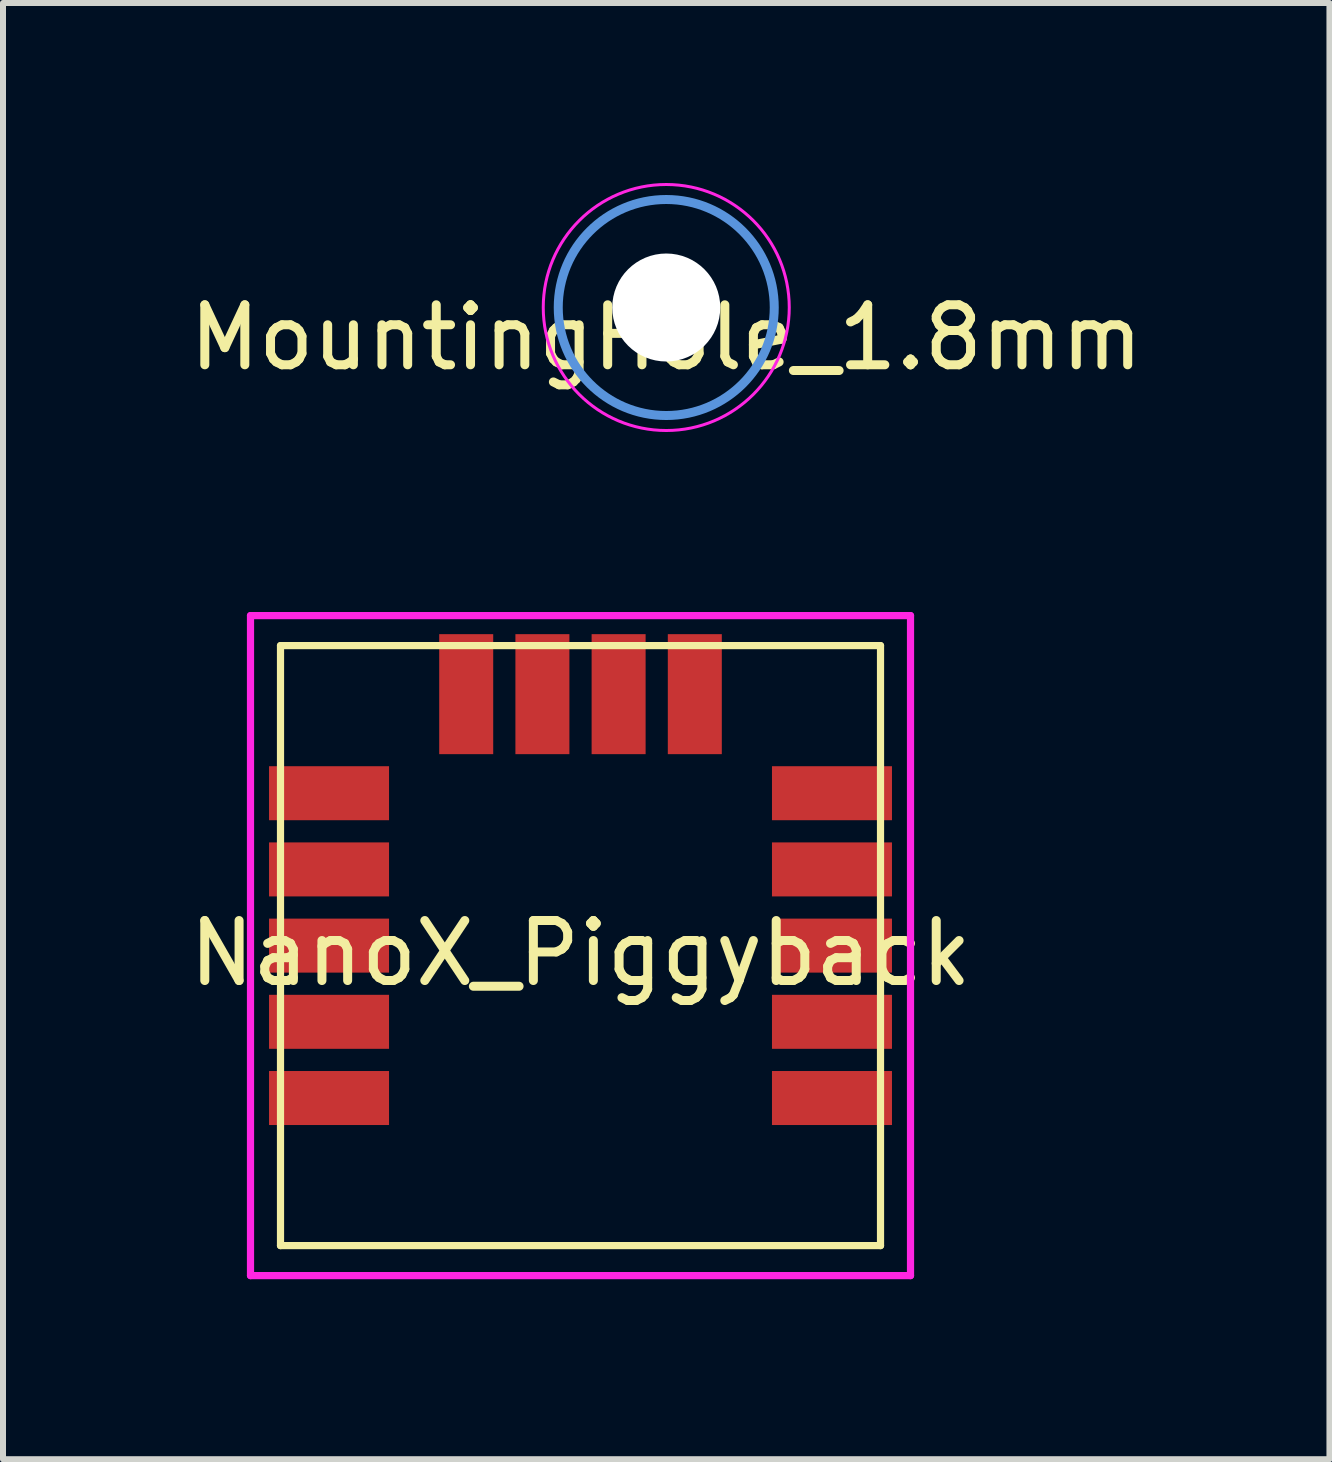
<source format=kicad_pcb>
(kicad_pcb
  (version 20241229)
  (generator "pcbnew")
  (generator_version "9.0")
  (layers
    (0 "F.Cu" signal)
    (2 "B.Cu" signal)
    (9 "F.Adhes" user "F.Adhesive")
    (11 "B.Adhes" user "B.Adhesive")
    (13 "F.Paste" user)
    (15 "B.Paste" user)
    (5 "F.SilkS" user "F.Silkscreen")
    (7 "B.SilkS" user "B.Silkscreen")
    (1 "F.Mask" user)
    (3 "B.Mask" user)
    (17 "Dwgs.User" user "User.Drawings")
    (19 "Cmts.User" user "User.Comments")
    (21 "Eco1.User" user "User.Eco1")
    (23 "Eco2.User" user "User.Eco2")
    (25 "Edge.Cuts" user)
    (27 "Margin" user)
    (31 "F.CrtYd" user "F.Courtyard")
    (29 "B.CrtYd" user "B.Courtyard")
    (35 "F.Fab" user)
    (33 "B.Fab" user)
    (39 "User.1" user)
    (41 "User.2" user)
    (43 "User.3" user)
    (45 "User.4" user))
  (footprint "NanoX_Piggyback"
    (layer "F.Cu")
    (at 6.625 12.71)
    (property "Reference" "NanoX_Piggyback" (at 0 0.127 0) (layer "F.SilkS") (effects (font (size 1 1) (thickness 0.15))))
    (attr smd)
    (fp_line (start -5 -5) (end 5 -5) (stroke (width 0.12) (type solid)) (layer "F.SilkS"))
    (fp_line (start -5 5) (end -5 -5) (stroke (width 0.12) (type solid)) (layer "F.SilkS"))
    (fp_line (start 5 -5) (end 5 5) (stroke (width 0.12) (type solid)) (layer "F.SilkS"))
    (fp_line (start 5 5) (end -5 5) (stroke (width 0.12) (type solid)) (layer "F.SilkS"))
    (fp_line (start -5.5 -5.5) (end 5.5 -5.5) (stroke (width 0.12) (type solid)) (layer "F.CrtYd"))
    (fp_line (start -5.5 5.5) (end -5.5 -5.5) (stroke (width 0.12) (type solid)) (layer "F.CrtYd"))
    (fp_line (start 5.5 -5.5) (end 5.5 5.5) (stroke (width 0.12) (type solid)) (layer "F.CrtYd"))
    (fp_line (start 5.5 5.5) (end -5.5 5.5) (stroke (width 0.12) (type solid)) (layer "F.CrtYd"))
    (pad "1" smd rect (at -1.905 -4.191) (size 0.9 2) (layers "F.Cu" "F.Mask" "F.Paste"))
    (pad "2" smd rect (at -0.635 -4.191) (size 0.9 2) (layers "F.Cu" "F.Mask" "F.Paste"))
    (pad "3" smd rect (at 0.635 -4.191) (size 0.9 2) (layers "F.Cu" "F.Mask" "F.Paste"))
    (pad "4" smd rect (at 1.905 -4.191) (size 0.9 2) (layers "F.Cu" "F.Mask" "F.Paste"))
    (pad "5" smd rect (at -4.191 -2.54 90) (size 0.9 2) (layers "F.Cu" "F.Mask" "F.Paste"))
    (pad "6" smd rect (at -4.191 -1.27 90) (size 0.9 2) (layers "F.Cu" "F.Mask" "F.Paste"))
    (pad "7" smd rect (at -4.191 0 90) (size 0.9 2) (layers "F.Cu" "F.Mask" "F.Paste"))
    (pad "8" smd rect (at -4.191 1.27 90) (size 0.9 2) (layers "F.Cu" "F.Mask" "F.Paste"))
    (pad "9" smd rect (at -4.191 2.54 90) (size 0.9 2) (layers "F.Cu" "F.Mask" "F.Paste"))
    (pad "10" smd rect (at 4.191 -2.54 90) (size 0.9 2) (layers "F.Cu" "F.Mask" "F.Paste"))
    (pad "11" smd rect (at 4.191 -1.27 90) (size 0.9 2) (layers "F.Cu" "F.Mask" "F.Paste"))
    (pad "12" smd rect (at 4.191 0 90) (size 0.9 2) (layers "F.Cu" "F.Mask" "F.Paste"))
    (pad "13" smd rect (at 4.191 1.27 90) (size 0.9 2) (layers "F.Cu" "F.Mask" "F.Paste"))
    (pad "14" smd rect (at 4.191 2.54 90) (size 0.9 2) (layers "F.Cu" "F.Mask" "F.Paste")))
  (footprint "MountingHole_1.8mm"
    (layer "F.Cu")
    (at 8.054 2.075)
    (property "Reference" "MountingHole_1.8mm" (at 0 0.5 0) (layer "F.SilkS") (effects (font (size 1 1) (thickness 0.15))))
    (attr through_hole)
    (fp_circle (center 0 0) (end 1.8 0) (stroke (width 0.15) (type solid)) (fill no) (layer "Cmts.User"))
    (fp_circle (center 0 0) (end 2.05 0) (stroke (width 0.05) (type solid)) (fill no) (layer "F.CrtYd"))
    (pad "" np_thru_hole circle (at 0 0) (size 1.8 1.8) (drill 1.8) (layers "*.Cu" "*.Mask")))
  (gr_rect
    (start -3 -3)
    (end 19.107 21.27)
    (stroke (width 0.1) (type default))
    (fill no)
    (layer "Edge.Cuts")))
</source>
